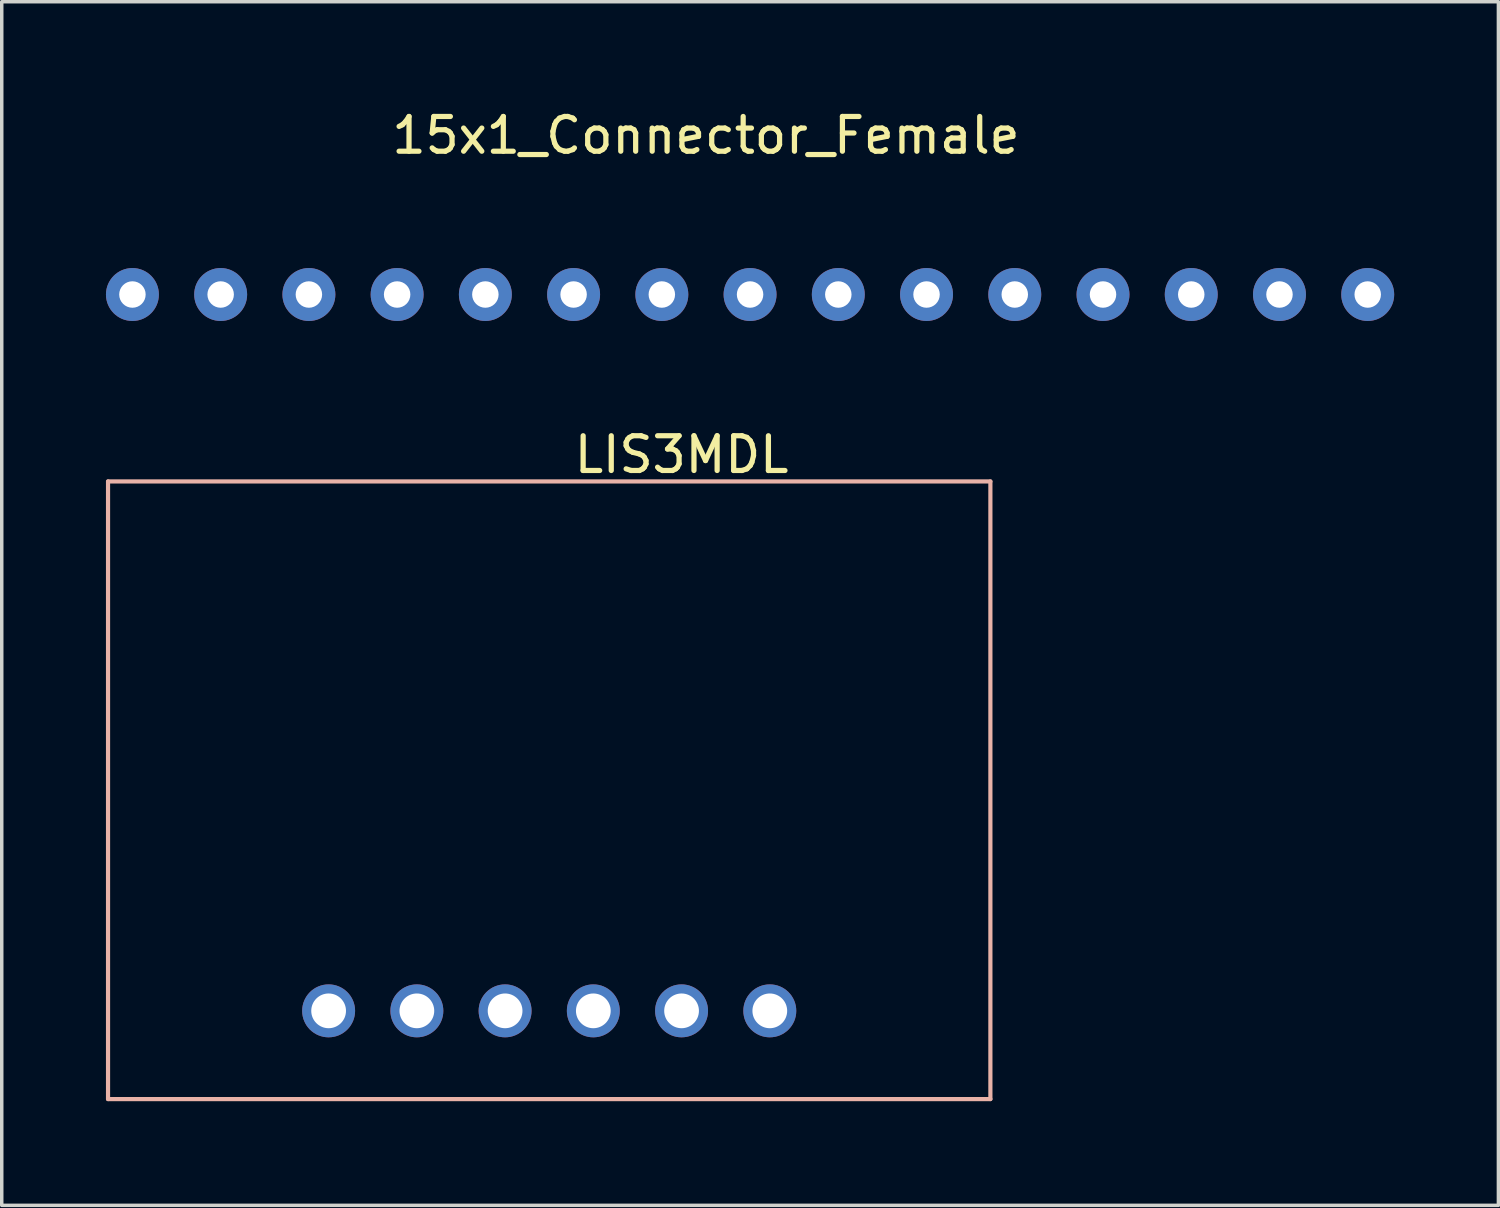
<source format=kicad_pcb>
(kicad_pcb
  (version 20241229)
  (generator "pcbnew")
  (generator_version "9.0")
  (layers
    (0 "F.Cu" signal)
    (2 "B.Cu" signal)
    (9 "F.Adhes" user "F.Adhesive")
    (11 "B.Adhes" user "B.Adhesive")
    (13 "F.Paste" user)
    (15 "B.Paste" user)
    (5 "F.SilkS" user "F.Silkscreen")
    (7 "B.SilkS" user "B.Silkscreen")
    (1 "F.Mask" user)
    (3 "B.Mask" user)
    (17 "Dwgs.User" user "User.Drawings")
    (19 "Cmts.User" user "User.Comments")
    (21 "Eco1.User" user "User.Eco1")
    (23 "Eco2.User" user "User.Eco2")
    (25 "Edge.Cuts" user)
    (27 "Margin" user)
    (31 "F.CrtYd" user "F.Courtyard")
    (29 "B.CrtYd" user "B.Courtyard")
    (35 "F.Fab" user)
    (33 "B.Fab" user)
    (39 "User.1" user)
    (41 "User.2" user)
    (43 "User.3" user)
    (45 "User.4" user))
  (footprint "15x1_Connector_Female"
    (layer "F.Cu")
    (at 17.272 0.348)
    (property "Reference" "15x1_Connector_Female" (at 0 0.5 0) (layer "F.SilkS") (effects (font (size 1 1) (thickness 0.15))))
    (attr through_hole)
    (pad "1" thru_hole circle (at -16.51 5.08) (size 1.524 1.524) (drill 0.762) (layers "*.Cu" "*.Mask"))
    (pad "2" thru_hole circle (at -13.97 5.08) (size 1.524 1.524) (drill 0.762) (layers "*.Cu" "*.Mask"))
    (pad "3" thru_hole circle (at -11.43 5.08) (size 1.524 1.524) (drill 0.762) (layers "*.Cu" "*.Mask"))
    (pad "4" thru_hole circle (at -8.89 5.08) (size 1.524 1.524) (drill 0.762) (layers "*.Cu" "*.Mask"))
    (pad "5" thru_hole circle (at -6.35 5.08) (size 1.524 1.524) (drill 0.762) (layers "*.Cu" "*.Mask"))
    (pad "6" thru_hole circle (at -3.81 5.08) (size 1.524 1.524) (drill 0.762) (layers "*.Cu" "*.Mask"))
    (pad "7" thru_hole circle (at -1.27 5.08) (size 1.524 1.524) (drill 0.762) (layers "*.Cu" "*.Mask"))
    (pad "8" thru_hole circle (at 1.27 5.08) (size 1.524 1.524) (drill 0.762) (layers "*.Cu" "*.Mask"))
    (pad "9" thru_hole circle (at 3.81 5.08) (size 1.524 1.524) (drill 0.762) (layers "*.Cu" "*.Mask"))
    (pad "10" thru_hole circle (at 6.35 5.08) (size 1.524 1.524) (drill 0.762) (layers "*.Cu" "*.Mask"))
    (pad "11" thru_hole circle (at 8.89 5.08) (size 1.524 1.524) (drill 0.762) (layers "*.Cu" "*.Mask"))
    (pad "12" thru_hole circle (at 11.43 5.08) (size 1.524 1.524) (drill 0.762) (layers "*.Cu" "*.Mask"))
    (pad "13" thru_hole circle (at 13.97 5.08) (size 1.524 1.524) (drill 0.762) (layers "*.Cu" "*.Mask"))
    (pad "14" thru_hole circle (at 16.51 5.08) (size 1.524 1.524) (drill 0.762) (layers "*.Cu" "*.Mask"))
    (pad "15" thru_hole circle (at 19.05 5.08) (size 1.524 1.524) (drill 0.762) (layers "*.Cu" "*.Mask")))
  (footprint "LIS3MDL"
    (layer "F.Cu")
    (at 25.46 10.809)
    (property "Reference" "LIS3MDL" (at -8.89 -0.77 0) (layer "F.SilkS") (effects (font (size 1 1) (thickness 0.15))))
    (attr through_hole)
    (fp_line (start -25.4 0) (end -25.4 17.78) (stroke (width 0.12) (type solid)) (layer "B.SilkS"))
    (fp_line (start -25.4 17.78) (end 0 17.78) (stroke (width 0.12) (type solid)) (layer "B.SilkS"))
    (fp_line (start 0 0) (end -25.4 0) (stroke (width 0.12) (type solid)) (layer "B.SilkS"))
    (fp_line (start 0 17.78) (end 0 0) (stroke (width 0.12) (type solid)) (layer "B.SilkS"))
    (pad "1" thru_hole circle (at -6.35 15.24 180) (size 1.524 1.524) (drill 1) (layers "*.Cu" "*.Mask" "B.Adhes"))
    (pad "2" thru_hole circle (at -8.89 15.24 180) (size 1.524 1.524) (drill 1) (layers "*.Cu" "*.Mask"))
    (pad "3" thru_hole circle (at -11.43 15.24 180) (size 1.524 1.524) (drill 1) (layers "*.Cu" "*.Mask"))
    (pad "4" thru_hole circle (at -13.97 15.24 180) (size 1.524 1.524) (drill 1) (layers "*.Cu" "*.Mask"))
    (pad "5" thru_hole circle (at -16.51 15.24 180) (size 1.524 1.524) (drill 1) (layers "*.Cu" "*.Mask"))
    (pad "6" thru_hole circle (at -19.05 15.24 180) (size 1.524 1.524) (drill 1) (layers "*.Cu" "*.Mask")))
  (gr_rect
    (start -3 -3)
    (end 40.084 31.648)
    (stroke (width 0.1) (type default))
    (fill no)
    (layer "Edge.Cuts")))
</source>
